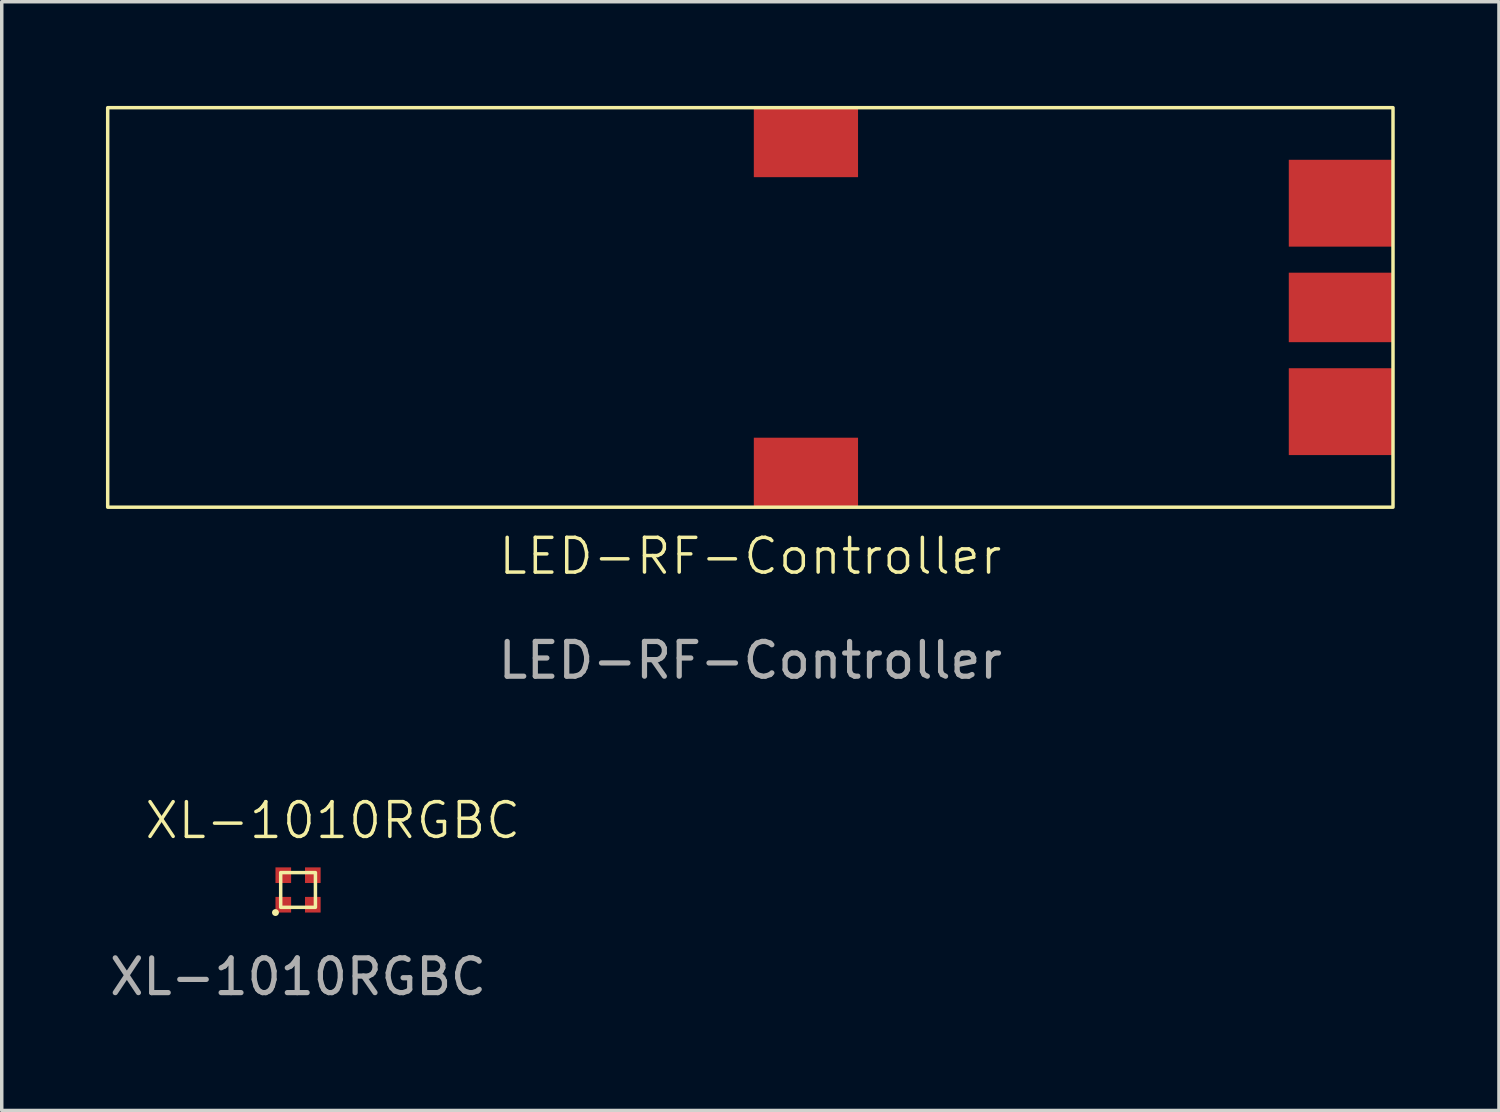
<source format=kicad_pcb>
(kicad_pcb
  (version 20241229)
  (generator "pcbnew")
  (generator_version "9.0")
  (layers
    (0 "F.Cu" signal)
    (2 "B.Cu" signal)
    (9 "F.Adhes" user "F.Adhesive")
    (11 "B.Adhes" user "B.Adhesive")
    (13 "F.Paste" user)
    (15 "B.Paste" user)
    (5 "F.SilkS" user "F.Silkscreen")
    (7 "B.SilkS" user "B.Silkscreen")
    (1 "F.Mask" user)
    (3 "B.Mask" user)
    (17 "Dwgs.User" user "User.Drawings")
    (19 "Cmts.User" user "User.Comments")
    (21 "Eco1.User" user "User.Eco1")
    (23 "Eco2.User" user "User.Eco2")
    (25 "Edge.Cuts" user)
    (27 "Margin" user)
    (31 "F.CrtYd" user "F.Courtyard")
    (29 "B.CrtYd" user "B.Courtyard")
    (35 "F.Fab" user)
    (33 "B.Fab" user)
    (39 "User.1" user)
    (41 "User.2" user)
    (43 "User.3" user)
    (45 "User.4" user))
  (footprint "XL-1010RGBC"
    (layer "F.Cu")
    (at 5.53 22.569)
    (property "Reference" "XL-1010RGBC" (at 1 -2 0) (unlocked yes) (layer "F.SilkS") (effects (font (size 1 1) (thickness 0.1))))
    (attr smd)
    (fp_rect (start -0.5 0.5) (end 0.5 -0.5) (stroke (width 0.1) (type default)) (fill no) (layer "F.SilkS"))
    (fp_circle (center -0.65 0.65) (end -0.65 0.65) (stroke (width 0.1) (type default)) (fill no) (layer "F.SilkS"))
    (fp_text user "${REFERENCE}" (at 0 2.5 0) (unlocked yes) (layer "F.Fab") (effects (font (size 1 1) (thickness 0.15))))
    (pad "1" smd rect (at -0.425 -0.425) (size 0.45 0.45) (layers "F.Cu" "F.Mask" "F.Paste"))
    (pad "2" smd rect (at 0.425 -0.425) (size 0.45 0.45) (layers "F.Cu" "F.Mask" "F.Paste"))
    (pad "3" smd rect (at -0.425 0.425) (size 0.45 0.45) (layers "F.Cu" "F.Mask" "F.Paste"))
    (pad "4" smd rect (at 0.425 0.425) (size 0.45 0.45) (layers "F.Cu" "F.Mask" "F.Paste")))
  (footprint "LED-RF-Controller"
    (layer "F.Cu")
    (at 18.55 5.8)
    (property "Reference" "LED-RF-Controller" (at 0 7.16 0) (unlocked yes) (layer "F.SilkS") (effects (font (size 1 1) (thickness 0.1))))
    (attr smd)
    (fp_rect (start -18.5 -5.75) (end 18.5 5.75) (stroke (width 0.1) (type default)) (fill no) (layer "F.SilkS"))
    (fp_text user "${REFERENCE}" (at 0 10.16 0) (unlocked yes) (layer "F.Fab") (effects (font (size 1 1) (thickness 0.15))))
    (pad "1" smd rect (at 17 -3) (size 3 2.5) (layers "F.Cu" "F.Mask" "F.Paste"))
    (pad "2" smd rect (at 17 0) (size 3 2) (layers "F.Cu" "F.Mask" "F.Paste"))
    (pad "3" smd rect (at 17 3) (size 3 2.5) (layers "F.Cu" "F.Mask" "F.Paste"))
    (pad "4" smd rect (at 1.6 -4.75) (size 3 2) (layers "F.Cu" "F.Mask" "F.Paste"))
    (pad "5" smd rect (at 1.6 4.75) (size 3 2) (layers "F.Cu" "F.Mask" "F.Paste")))
  (gr_rect
    (start -3 -3)
    (end 40.1 28.917)
    (stroke (width 0.1) (type default))
    (fill no)
    (layer "Edge.Cuts")))
</source>
